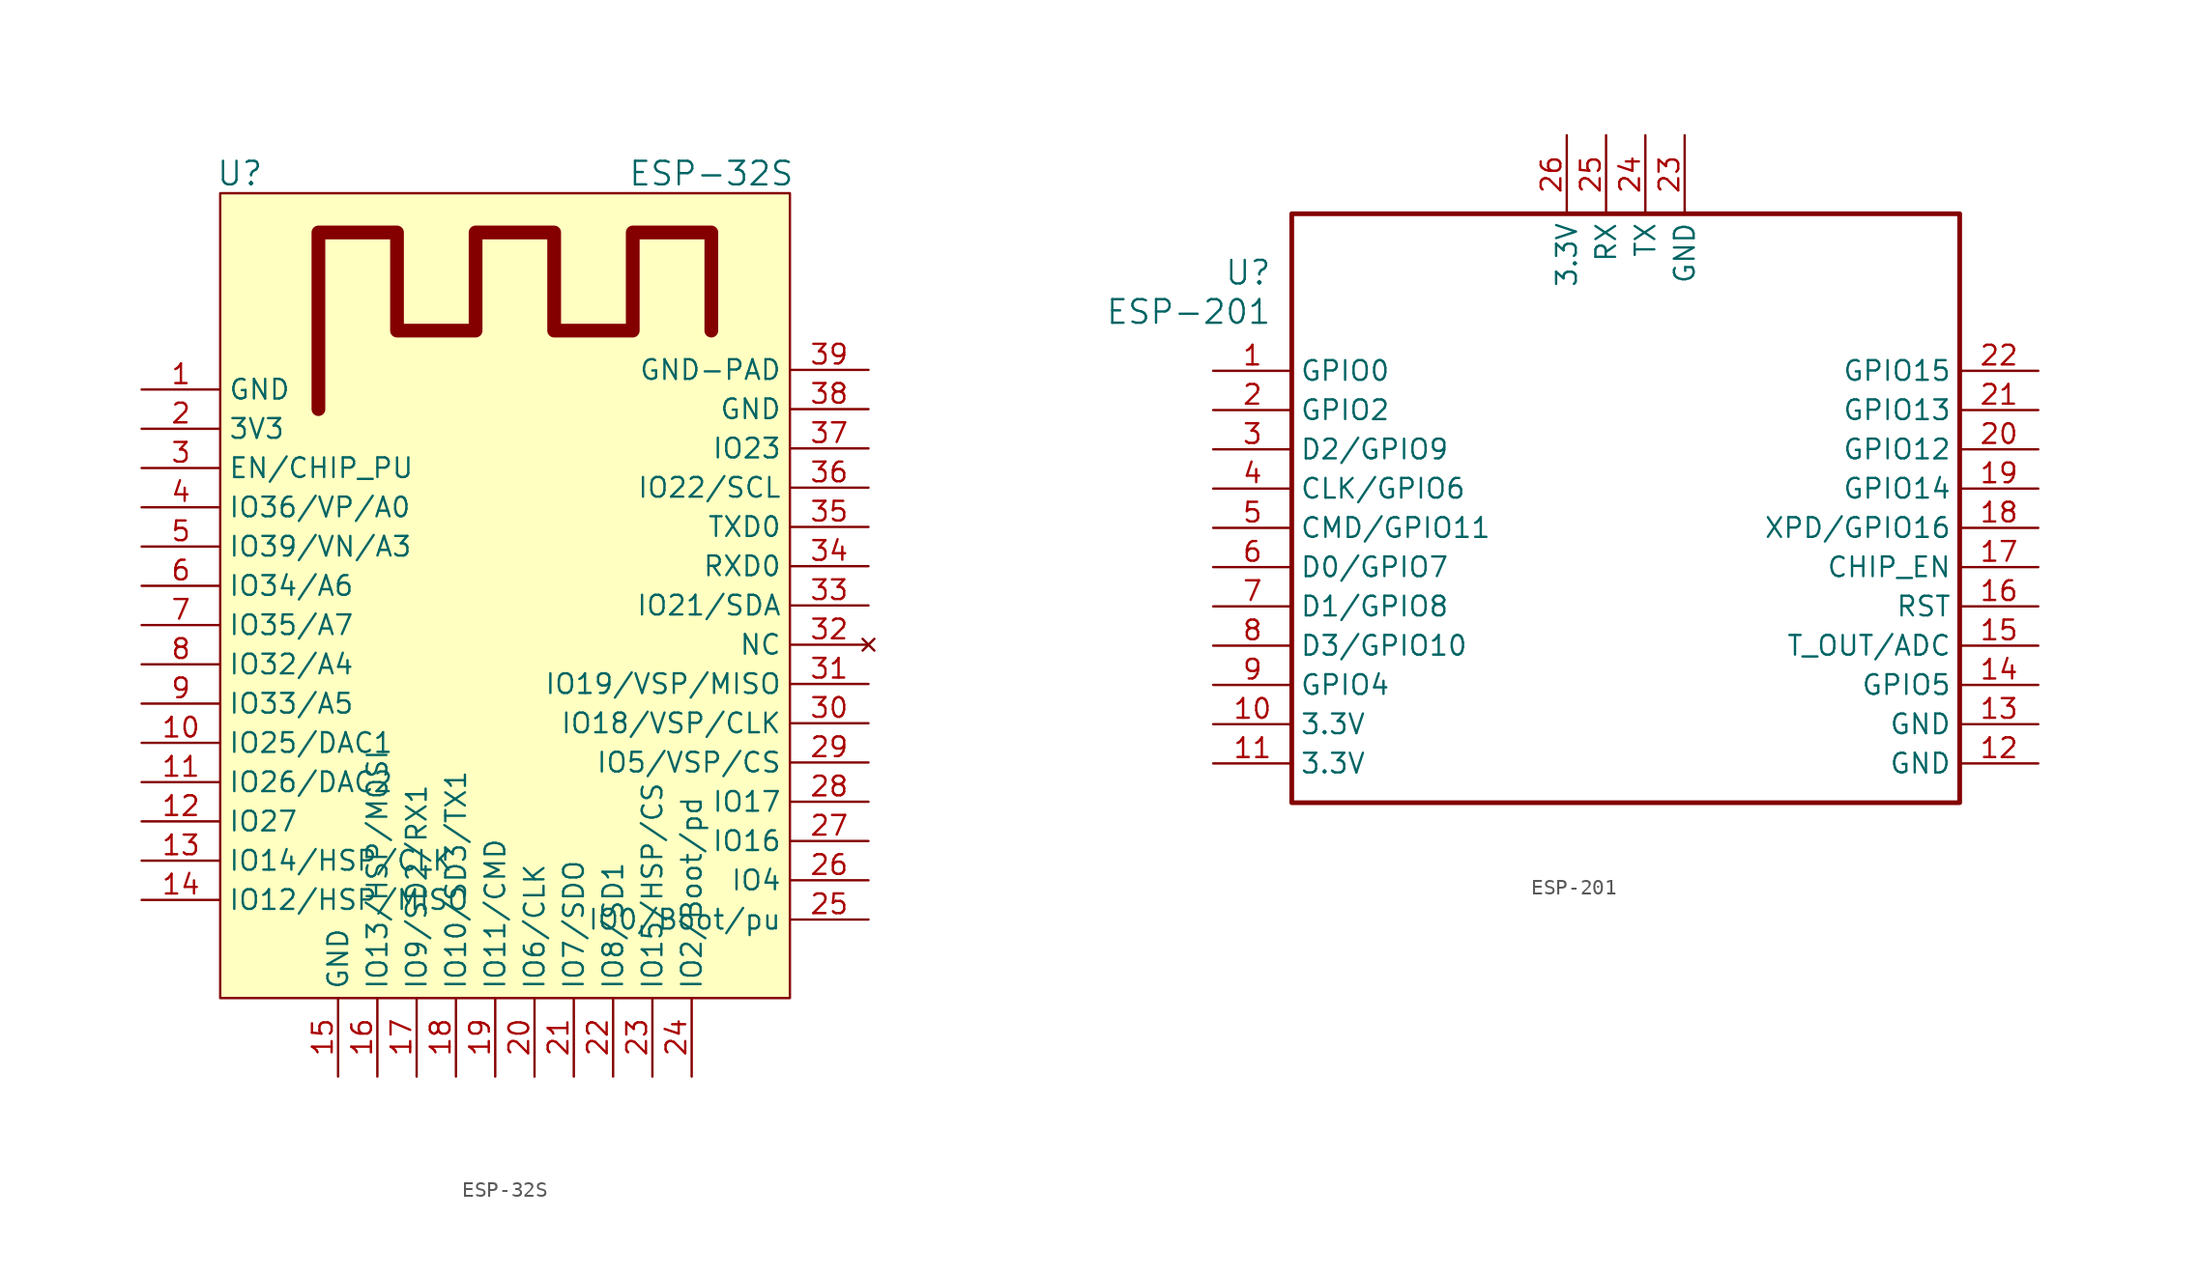
<source format=kicad_sym>
(kicad_symbol_lib
  (version 20201005)
  (generator kicad_symbol_editor)
  (symbol "Zimprich_neu:ESP-32S"
    (property "Reference" "U"
      (at -17.78 31.75 0)
      (effects (font (size 1.524 1.524))))
    (property "Value" "ESP-32S"
      (at 12.7 31.75 0)
      (effects (font (size 1.524 1.524))))
    (symbol "ESP-32S_0_1"
      (rectangle (start -19.05 30.48) (end 17.78 -21.59) (stroke (width 0)) (fill (type background)))
      (polyline (pts (xy -12.7 16.51) (xy -12.7 27.94) (xy -7.62 27.94) (xy -7.62 21.59) (xy -2.54 21.59) (xy -2.54 27.94) (xy 2.54 27.94) (xy 2.54 21.59) (xy 7.62 21.59) (xy 7.62 27.94) (xy 12.7 27.94) (xy 12.7 21.59)) (stroke (width 0.889)) (fill (type none))))
    (symbol "ESP-32S_1_1"
      (pin power_out line (at -24.13 17.78 0) (length 5.08) (name "GND" (effects (font (size 1.27 1.27)))) (number "1" (effects (font (size 1.27 1.27)))))
      (pin bidirectional line (at -24.13 -5.08 0) (length 5.08) (name "IO25/DAC1" (effects (font (size 1.27 1.27)))) (number "10" (effects (font (size 1.27 1.27)))))
      (pin bidirectional line (at -24.13 -7.62 0) (length 5.08) (name "IO26/DAC2" (effects (font (size 1.27 1.27)))) (number "11" (effects (font (size 1.27 1.27)))))
      (pin bidirectional line (at -24.13 -10.16 0) (length 5.08) (name "IO27" (effects (font (size 1.27 1.27)))) (number "12" (effects (font (size 1.27 1.27)))))
      (pin bidirectional line (at -24.13 -12.7 0) (length 5.08) (name "IO14/HSP/CLK" (effects (font (size 1.27 1.27)))) (number "13" (effects (font (size 1.27 1.27)))))
      (pin bidirectional line (at -24.13 -15.24 0) (length 5.08) (name "IO12/HSP/MISO" (effects (font (size 1.27 1.27)))) (number "14" (effects (font (size 1.27 1.27)))))
      (pin power_in line (at -11.43 -26.67 90) (length 5.08) (name "GND" (effects (font (size 1.27 1.27)))) (number "15" (effects (font (size 1.27 1.27)))))
      (pin bidirectional line (at -8.89 -26.67 90) (length 5.08) (name "IO13/HSP/MOSI" (effects (font (size 1.27 1.27)))) (number "16" (effects (font (size 1.27 1.27)))))
      (pin bidirectional line (at -6.35 -26.67 90) (length 5.08) (name "IO9/SD2/RX1" (effects (font (size 1.27 1.27)))) (number "17" (effects (font (size 1.27 1.27)))))
      (pin bidirectional line (at -3.81 -26.67 90) (length 5.08) (name "IO10/SD3/TX1" (effects (font (size 1.27 1.27)))) (number "18" (effects (font (size 1.27 1.27)))))
      (pin bidirectional line (at -1.27 -26.67 90) (length 5.08) (name "IO11/CMD" (effects (font (size 1.27 1.27)))) (number "19" (effects (font (size 1.27 1.27)))))
      (pin power_in line (at -24.13 15.24 0) (length 5.08) (name "3V3" (effects (font (size 1.27 1.27)))) (number "2" (effects (font (size 1.27 1.27)))))
      (pin input line (at 1.27 -26.67 90) (length 5.08) (name "IO6/CLK" (effects (font (size 1.27 1.27)))) (number "20" (effects (font (size 1.27 1.27)))))
      (pin bidirectional line (at 3.81 -26.67 90) (length 5.08) (name "IO7/SDO" (effects (font (size 1.27 1.27)))) (number "21" (effects (font (size 1.27 1.27)))))
      (pin bidirectional line (at 6.35 -26.67 90) (length 5.08) (name "IO8/SD1" (effects (font (size 1.27 1.27)))) (number "22" (effects (font (size 1.27 1.27)))))
      (pin bidirectional line (at 8.89 -26.67 90) (length 5.08) (name "IO15/HSP/CS" (effects (font (size 1.27 1.27)))) (number "23" (effects (font (size 1.27 1.27)))))
      (pin bidirectional line (at 11.43 -26.67 90) (length 5.08) (name "IO2/Boot/pd" (effects (font (size 1.27 1.27)))) (number "24" (effects (font (size 1.27 1.27)))))
      (pin bidirectional line (at 22.86 -16.51 180) (length 5.08) (name "IO0/Boot/pu" (effects (font (size 1.27 1.27)))) (number "25" (effects (font (size 1.27 1.27)))))
      (pin input line (at 22.86 -13.97 180) (length 5.08) (name "IO4" (effects (font (size 1.27 1.27)))) (number "26" (effects (font (size 1.27 1.27)))))
      (pin bidirectional line (at 22.86 -11.43 180) (length 5.08) (name "IO16" (effects (font (size 1.27 1.27)))) (number "27" (effects (font (size 1.27 1.27)))))
      (pin bidirectional line (at 22.86 -8.89 180) (length 5.08) (name "IO17" (effects (font (size 1.27 1.27)))) (number "28" (effects (font (size 1.27 1.27)))))
      (pin bidirectional line (at 22.86 -6.35 180) (length 5.08) (name "IO5/VSP/CS" (effects (font (size 1.27 1.27)))) (number "29" (effects (font (size 1.27 1.27)))))
      (pin input line (at -24.13 12.7 0) (length 5.08) (name "EN/CHIP_PU" (effects (font (size 1.27 1.27)))) (number "3" (effects (font (size 1.27 1.27)))))
      (pin input line (at 22.86 -3.81 180) (length 5.08) (name "IO18/VSP/CLK" (effects (font (size 1.27 1.27)))) (number "30" (effects (font (size 1.27 1.27)))))
      (pin bidirectional line (at 22.86 -1.27 180) (length 5.08) (name "IO19/VSP/MISO" (effects (font (size 1.27 1.27)))) (number "31" (effects (font (size 1.27 1.27)))))
      (pin unconnected line (at 22.86 1.27 180) (length 5.08) (name "NC" (effects (font (size 1.27 1.27)))) (number "32" (effects (font (size 1.27 1.27)))))
      (pin bidirectional line (at 22.86 3.81 180) (length 5.08) (name "IO21/SDA" (effects (font (size 1.27 1.27)))) (number "33" (effects (font (size 1.27 1.27)))))
      (pin bidirectional line (at 22.86 6.35 180) (length 5.08) (name "RXD0" (effects (font (size 1.27 1.27)))) (number "34" (effects (font (size 1.27 1.27)))))
      (pin bidirectional line (at 22.86 8.89 180) (length 5.08) (name "TXD0" (effects (font (size 1.27 1.27)))) (number "35" (effects (font (size 1.27 1.27)))))
      (pin bidirectional line (at 22.86 11.43 180) (length 5.08) (name "IO22/SCL" (effects (font (size 1.27 1.27)))) (number "36" (effects (font (size 1.27 1.27)))))
      (pin bidirectional line (at 22.86 13.97 180) (length 5.08) (name "IO23" (effects (font (size 1.27 1.27)))) (number "37" (effects (font (size 1.27 1.27)))))
      (pin power_in line (at 22.86 16.51 180) (length 5.08) (name "GND" (effects (font (size 1.27 1.27)))) (number "38" (effects (font (size 1.27 1.27)))))
      (pin power_in line (at 22.86 19.05 180) (length 5.08) (name "GND-PAD" (effects (font (size 1.27 1.27)))) (number "39" (effects (font (size 1.27 1.27)))))
      (pin input line (at -24.13 10.16 0) (length 5.08) (name "IO36/VP/A0" (effects (font (size 1.27 1.27)))) (number "4" (effects (font (size 1.27 1.27)))))
      (pin input line (at -24.13 7.62 0) (length 5.08) (name "IO39/VN/A3" (effects (font (size 1.27 1.27)))) (number "5" (effects (font (size 1.27 1.27)))))
      (pin bidirectional line (at -24.13 5.08 0) (length 5.08) (name "IO34/A6" (effects (font (size 1.27 1.27)))) (number "6" (effects (font (size 1.27 1.27)))))
      (pin bidirectional line (at -24.13 2.54 0) (length 5.08) (name "IO35/A7" (effects (font (size 1.27 1.27)))) (number "7" (effects (font (size 1.27 1.27)))))
      (pin bidirectional line (at -24.13 0 0) (length 5.08) (name "IO32/A4" (effects (font (size 1.27 1.27)))) (number "8" (effects (font (size 1.27 1.27)))))
      (pin bidirectional line (at -24.13 -2.54 0) (length 5.08) (name "IO33/A5" (effects (font (size 1.27 1.27)))) (number "9" (effects (font (size 1.27 1.27)))))))
  (symbol "Zimprich_neu:ESP-201"
    (property "Reference" "U"
      (at 3.81 6.35 0)
      (effects (font (size 1.524 1.524)) (justify right)))
    (property "Value" "ESP-201"
      (at 3.81 3.81 0)
      (effects (font (size 1.524 1.524)) (justify right)))
    (property "ki_locked" ""
      (at 0 0 0)
      (effects (font (size 1.27 1.27))))
    (symbol "ESP-201_1_1"
      (rectangle (start 5.08 10.16) (end 48.26 -27.94) (stroke (width 0.305)) (fill (type none)))
      (pin bidirectional line (at 0 0 0) (length 5.08) (name "GPIO0" (effects (font (size 1.27 1.27)))) (number "1" (effects (font (size 1.27 1.27)))))
      (pin power_in line (at 0 -22.86 0) (length 5.08) (name "3.3V" (effects (font (size 1.27 1.27)))) (number "10" (effects (font (size 1.27 1.27)))))
      (pin power_in line (at 0 -25.4 0) (length 5.08) (name "3.3V" (effects (font (size 1.27 1.27)))) (number "11" (effects (font (size 1.27 1.27)))))
      (pin power_in line (at 53.34 -25.4 180) (length 5.08) (name "GND" (effects (font (size 1.27 1.27)))) (number "12" (effects (font (size 1.27 1.27)))))
      (pin power_in line (at 53.34 -22.86 180) (length 5.08) (name "GND" (effects (font (size 1.27 1.27)))) (number "13" (effects (font (size 1.27 1.27)))))
      (pin bidirectional line (at 53.34 -20.32 180) (length 5.08) (name "GPIO5" (effects (font (size 1.27 1.27)))) (number "14" (effects (font (size 1.27 1.27)))))
      (pin bidirectional line (at 53.34 -17.78 180) (length 5.08) (name "T_OUT/ADC" (effects (font (size 1.27 1.27)))) (number "15" (effects (font (size 1.27 1.27)))))
      (pin input line (at 53.34 -15.24 180) (length 5.08) (name "RST" (effects (font (size 1.27 1.27)))) (number "16" (effects (font (size 1.27 1.27)))))
      (pin input line (at 53.34 -12.7 180) (length 5.08) (name "CHIP_EN" (effects (font (size 1.27 1.27)))) (number "17" (effects (font (size 1.27 1.27)))))
      (pin bidirectional line (at 53.34 -10.16 180) (length 5.08) (name "XPD/GPIO16" (effects (font (size 1.27 1.27)))) (number "18" (effects (font (size 1.27 1.27)))))
      (pin bidirectional line (at 53.34 -7.62 180) (length 5.08) (name "GPIO14" (effects (font (size 1.27 1.27)))) (number "19" (effects (font (size 1.27 1.27)))))
      (pin bidirectional line (at 0 -2.54 0) (length 5.08) (name "GPIO2" (effects (font (size 1.27 1.27)))) (number "2" (effects (font (size 1.27 1.27)))))
      (pin bidirectional line (at 53.34 -5.08 180) (length 5.08) (name "GPIO12" (effects (font (size 1.27 1.27)))) (number "20" (effects (font (size 1.27 1.27)))))
      (pin bidirectional line (at 53.34 -2.54 180) (length 5.08) (name "GPIO13" (effects (font (size 1.27 1.27)))) (number "21" (effects (font (size 1.27 1.27)))))
      (pin bidirectional line (at 53.34 0 180) (length 5.08) (name "GPIO15" (effects (font (size 1.27 1.27)))) (number "22" (effects (font (size 1.27 1.27)))))
      (pin power_in line (at 30.48 15.24 270) (length 5.08) (name "GND" (effects (font (size 1.27 1.27)))) (number "23" (effects (font (size 1.27 1.27)))))
      (pin output line (at 27.94 15.24 270) (length 5.08) (name "TX" (effects (font (size 1.27 1.27)))) (number "24" (effects (font (size 1.27 1.27)))))
      (pin input line (at 25.4 15.24 270) (length 5.08) (name "RX" (effects (font (size 1.27 1.27)))) (number "25" (effects (font (size 1.27 1.27)))))
      (pin power_in line (at 22.86 15.24 270) (length 5.08) (name "3.3V" (effects (font (size 1.27 1.27)))) (number "26" (effects (font (size 1.27 1.27)))))
      (pin output line (at 0 -5.08 0) (length 5.08) (name "D2/GPIO9" (effects (font (size 1.27 1.27)))) (number "3" (effects (font (size 1.27 1.27)))))
      (pin output line (at 0 -7.62 0) (length 5.08) (name "CLK/GPIO6" (effects (font (size 1.27 1.27)))) (number "4" (effects (font (size 1.27 1.27)))))
      (pin output line (at 0 -10.16 0) (length 5.08) (name "CMD/GPIO11" (effects (font (size 1.27 1.27)))) (number "5" (effects (font (size 1.27 1.27)))))
      (pin output line (at 0 -12.7 0) (length 5.08) (name "D0/GPIO7" (effects (font (size 1.27 1.27)))) (number "6" (effects (font (size 1.27 1.27)))))
      (pin output line (at 0 -15.24 0) (length 5.08) (name "D1/GPIO8" (effects (font (size 1.27 1.27)))) (number "7" (effects (font (size 1.27 1.27)))))
      (pin output line (at 0 -17.78 0) (length 5.08) (name "D3/GPIO10" (effects (font (size 1.27 1.27)))) (number "8" (effects (font (size 1.27 1.27)))))
      (pin bidirectional line (at 0 -20.32 0) (length 5.08) (name "GPIO4" (effects (font (size 1.27 1.27)))) (number "9" (effects (font (size 1.27 1.27))))))))
</source>
